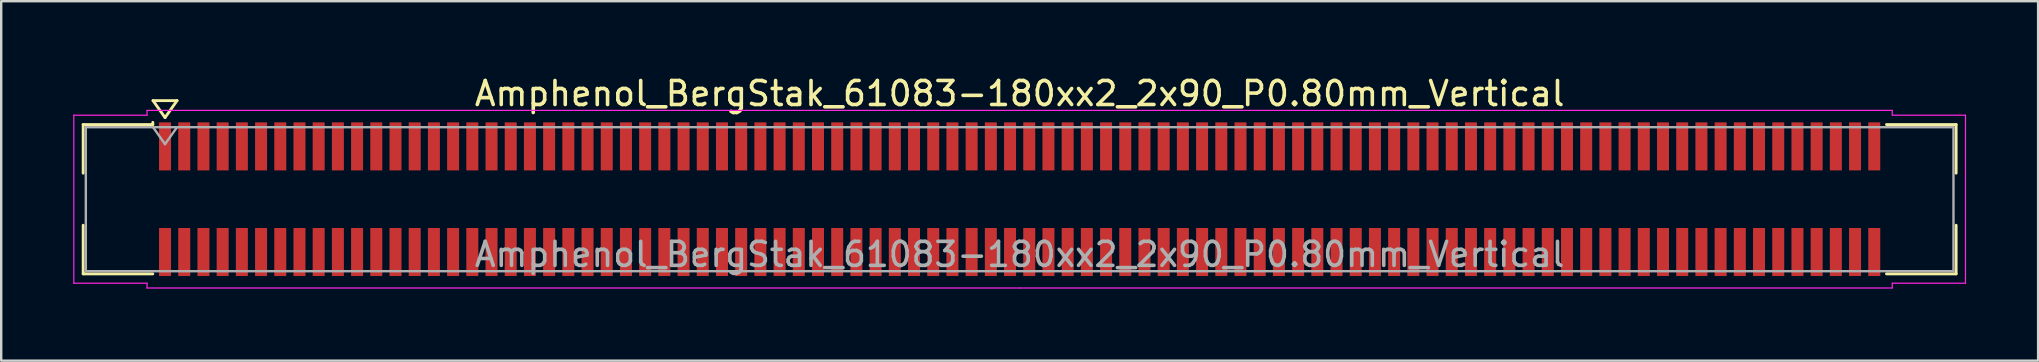
<source format=kicad_pcb>
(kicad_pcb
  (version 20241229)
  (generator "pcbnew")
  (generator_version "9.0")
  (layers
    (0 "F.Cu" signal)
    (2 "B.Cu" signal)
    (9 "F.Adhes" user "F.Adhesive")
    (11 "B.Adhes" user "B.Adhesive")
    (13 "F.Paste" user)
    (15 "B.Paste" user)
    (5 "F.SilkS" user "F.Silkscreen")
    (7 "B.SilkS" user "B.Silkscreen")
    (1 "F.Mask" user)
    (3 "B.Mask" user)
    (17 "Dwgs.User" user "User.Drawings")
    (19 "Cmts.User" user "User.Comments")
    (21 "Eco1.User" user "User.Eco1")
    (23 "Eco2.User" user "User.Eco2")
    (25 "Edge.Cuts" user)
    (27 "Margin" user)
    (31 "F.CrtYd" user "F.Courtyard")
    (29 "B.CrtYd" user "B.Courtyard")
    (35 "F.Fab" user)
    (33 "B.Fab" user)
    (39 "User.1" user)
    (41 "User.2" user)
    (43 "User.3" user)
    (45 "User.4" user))
  (footprint "Amphenol_BergStak_61083-180xx2_2x90_P0.80mm_Vertical"
    (layer "F.Cu")
    (at 39.425 5.248)
    (property "Reference" "Amphenol_BergStak_61083-180xx2_2x90_P0.80mm_Vertical" (at 0 -4.4 0) (layer "F.SilkS") (effects (font (size 1 1) (thickness 0.15))))
    (attr smd)
    (fp_line (start -39.01 -3.11) (end -36.11 -3.11) (stroke (width 0.12) (type solid)) (layer "F.SilkS"))
    (fp_line (start -39.01 -1.085) (end -39.01 -3.11) (stroke (width 0.12) (type solid)) (layer "F.SilkS"))
    (fp_line (start -39.01 1.085) (end -39.01 3.11) (stroke (width 0.12) (type solid)) (layer "F.SilkS"))
    (fp_line (start -39.01 3.11) (end -36.11 3.11) (stroke (width 0.12) (type solid)) (layer "F.SilkS"))
    (fp_line (start -36.11 -3.11) (end -36.11 -3.2) (stroke (width 0.12) (type solid)) (layer "F.SilkS"))
    (fp_line (start -36.1 -4.107) (end -35.6 -3.4) (stroke (width 0.12) (type solid)) (layer "F.SilkS"))
    (fp_line (start -35.6 -3.4) (end -35.1 -4.107) (stroke (width 0.12) (type solid)) (layer "F.SilkS"))
    (fp_line (start -35.1 -4.107) (end -36.1 -4.107) (stroke (width 0.12) (type solid)) (layer "F.SilkS"))
    (fp_line (start 39.01 -3.11) (end 36.11 -3.11) (stroke (width 0.12) (type solid)) (layer "F.SilkS"))
    (fp_line (start 39.01 -1.085) (end 39.01 -3.11) (stroke (width 0.12) (type solid)) (layer "F.SilkS"))
    (fp_line (start 39.01 1.085) (end 39.01 3.11) (stroke (width 0.12) (type solid)) (layer "F.SilkS"))
    (fp_line (start 39.01 3.11) (end 36.11 3.11) (stroke (width 0.12) (type solid)) (layer "F.SilkS"))
    (fp_line (start -39.4 -3.5) (end -39.4 3.5) (stroke (width 0.05) (type solid)) (layer "F.CrtYd"))
    (fp_line (start -39.4 3.5) (end -36.35 3.5) (stroke (width 0.05) (type solid)) (layer "F.CrtYd"))
    (fp_line (start -36.35 -3.7) (end -36.35 -3.5) (stroke (width 0.05) (type solid)) (layer "F.CrtYd"))
    (fp_line (start -36.35 -3.5) (end -39.4 -3.5) (stroke (width 0.05) (type solid)) (layer "F.CrtYd"))
    (fp_line (start -36.35 3.5) (end -36.35 3.7) (stroke (width 0.05) (type solid)) (layer "F.CrtYd"))
    (fp_line (start -36.35 3.7) (end 0 3.7) (stroke (width 0.05) (type solid)) (layer "F.CrtYd"))
    (fp_line (start 0 -3.7) (end -36.35 -3.7) (stroke (width 0.05) (type solid)) (layer "F.CrtYd"))
    (fp_line (start 0 -3.7) (end 36.35 -3.7) (stroke (width 0.05) (type solid)) (layer "F.CrtYd"))
    (fp_line (start 36.35 -3.7) (end 36.35 -3.5) (stroke (width 0.05) (type solid)) (layer "F.CrtYd"))
    (fp_line (start 36.35 -3.5) (end 39.4 -3.5) (stroke (width 0.05) (type solid)) (layer "F.CrtYd"))
    (fp_line (start 36.35 3.5) (end 36.35 3.7) (stroke (width 0.05) (type solid)) (layer "F.CrtYd"))
    (fp_line (start 36.35 3.7) (end 0 3.7) (stroke (width 0.05) (type solid)) (layer "F.CrtYd"))
    (fp_line (start 39.4 -3.5) (end 39.4 3.5) (stroke (width 0.05) (type solid)) (layer "F.CrtYd"))
    (fp_line (start 39.4 3.5) (end 36.35 3.5) (stroke (width 0.05) (type solid)) (layer "F.CrtYd"))
    (fp_line (start -38.9 -3) (end -38.9 3) (stroke (width 0.1) (type solid)) (layer "F.Fab"))
    (fp_line (start -38.9 3) (end 38.9 3) (stroke (width 0.1) (type solid)) (layer "F.Fab"))
    (fp_line (start -36.1 -3) (end -35.6 -2.293) (stroke (width 0.1) (type solid)) (layer "F.Fab"))
    (fp_line (start -35.6 -2.293) (end -35.1 -3) (stroke (width 0.1) (type solid)) (layer "F.Fab"))
    (fp_line (start 38.9 -3) (end -38.9 -3) (stroke (width 0.1) (type solid)) (layer "F.Fab"))
    (fp_line (start 38.9 3) (end 38.9 -3) (stroke (width 0.1) (type solid)) (layer "F.Fab"))
    (fp_text user "${REFERENCE}" (at 0 2.3 0) (layer "F.Fab") (effects (font (size 1 1) (thickness 0.15))))
    (pad "1" smd rect (at -35.6 -2.2) (size 0.5 2) (layers "F.Cu" "F.Mask" "F.Paste"))
    (pad "2" smd rect (at -35.6 2.2) (size 0.5 2) (layers "F.Cu" "F.Mask" "F.Paste"))
    (pad "3" smd rect (at -34.8 -2.2) (size 0.5 2) (layers "F.Cu" "F.Mask" "F.Paste"))
    (pad "4" smd rect (at -34.8 2.2) (size 0.5 2) (layers "F.Cu" "F.Mask" "F.Paste"))
    (pad "5" smd rect (at -34 -2.2) (size 0.5 2) (layers "F.Cu" "F.Mask" "F.Paste"))
    (pad "6" smd rect (at -34 2.2) (size 0.5 2) (layers "F.Cu" "F.Mask" "F.Paste"))
    (pad "7" smd rect (at -33.2 -2.2) (size 0.5 2) (layers "F.Cu" "F.Mask" "F.Paste"))
    (pad "8" smd rect (at -33.2 2.2) (size 0.5 2) (layers "F.Cu" "F.Mask" "F.Paste"))
    (pad "9" smd rect (at -32.4 -2.2) (size 0.5 2) (layers "F.Cu" "F.Mask" "F.Paste"))
    (pad "10" smd rect (at -32.4 2.2) (size 0.5 2) (layers "F.Cu" "F.Mask" "F.Paste"))
    (pad "11" smd rect (at -31.6 -2.2) (size 0.5 2) (layers "F.Cu" "F.Mask" "F.Paste"))
    (pad "12" smd rect (at -31.6 2.2) (size 0.5 2) (layers "F.Cu" "F.Mask" "F.Paste"))
    (pad "13" smd rect (at -30.8 -2.2) (size 0.5 2) (layers "F.Cu" "F.Mask" "F.Paste"))
    (pad "14" smd rect (at -30.8 2.2) (size 0.5 2) (layers "F.Cu" "F.Mask" "F.Paste"))
    (pad "15" smd rect (at -30 -2.2) (size 0.5 2) (layers "F.Cu" "F.Mask" "F.Paste"))
    (pad "16" smd rect (at -30 2.2) (size 0.5 2) (layers "F.Cu" "F.Mask" "F.Paste"))
    (pad "17" smd rect (at -29.2 -2.2) (size 0.5 2) (layers "F.Cu" "F.Mask" "F.Paste"))
    (pad "18" smd rect (at -29.2 2.2) (size 0.5 2) (layers "F.Cu" "F.Mask" "F.Paste"))
    (pad "19" smd rect (at -28.4 -2.2) (size 0.5 2) (layers "F.Cu" "F.Mask" "F.Paste"))
    (pad "20" smd rect (at -28.4 2.2) (size 0.5 2) (layers "F.Cu" "F.Mask" "F.Paste"))
    (pad "21" smd rect (at -27.6 -2.2) (size 0.5 2) (layers "F.Cu" "F.Mask" "F.Paste"))
    (pad "22" smd rect (at -27.6 2.2) (size 0.5 2) (layers "F.Cu" "F.Mask" "F.Paste"))
    (pad "23" smd rect (at -26.8 -2.2) (size 0.5 2) (layers "F.Cu" "F.Mask" "F.Paste"))
    (pad "24" smd rect (at -26.8 2.2) (size 0.5 2) (layers "F.Cu" "F.Mask" "F.Paste"))
    (pad "25" smd rect (at -26 -2.2) (size 0.5 2) (layers "F.Cu" "F.Mask" "F.Paste"))
    (pad "26" smd rect (at -26 2.2) (size 0.5 2) (layers "F.Cu" "F.Mask" "F.Paste"))
    (pad "27" smd rect (at -25.2 -2.2) (size 0.5 2) (layers "F.Cu" "F.Mask" "F.Paste"))
    (pad "28" smd rect (at -25.2 2.2) (size 0.5 2) (layers "F.Cu" "F.Mask" "F.Paste"))
    (pad "29" smd rect (at -24.4 -2.2) (size 0.5 2) (layers "F.Cu" "F.Mask" "F.Paste"))
    (pad "30" smd rect (at -24.4 2.2) (size 0.5 2) (layers "F.Cu" "F.Mask" "F.Paste"))
    (pad "31" smd rect (at -23.6 -2.2) (size 0.5 2) (layers "F.Cu" "F.Mask" "F.Paste"))
    (pad "32" smd rect (at -23.6 2.2) (size 0.5 2) (layers "F.Cu" "F.Mask" "F.Paste"))
    (pad "33" smd rect (at -22.8 -2.2) (size 0.5 2) (layers "F.Cu" "F.Mask" "F.Paste"))
    (pad "34" smd rect (at -22.8 2.2) (size 0.5 2) (layers "F.Cu" "F.Mask" "F.Paste"))
    (pad "35" smd rect (at -22 -2.2) (size 0.5 2) (layers "F.Cu" "F.Mask" "F.Paste"))
    (pad "36" smd rect (at -22 2.2) (size 0.5 2) (layers "F.Cu" "F.Mask" "F.Paste"))
    (pad "37" smd rect (at -21.2 -2.2) (size 0.5 2) (layers "F.Cu" "F.Mask" "F.Paste"))
    (pad "38" smd rect (at -21.2 2.2) (size 0.5 2) (layers "F.Cu" "F.Mask" "F.Paste"))
    (pad "39" smd rect (at -20.4 -2.2) (size 0.5 2) (layers "F.Cu" "F.Mask" "F.Paste"))
    (pad "40" smd rect (at -20.4 2.2) (size 0.5 2) (layers "F.Cu" "F.Mask" "F.Paste"))
    (pad "41" smd rect (at -19.6 -2.2) (size 0.5 2) (layers "F.Cu" "F.Mask" "F.Paste"))
    (pad "42" smd rect (at -19.6 2.2) (size 0.5 2) (layers "F.Cu" "F.Mask" "F.Paste"))
    (pad "43" smd rect (at -18.8 -2.2) (size 0.5 2) (layers "F.Cu" "F.Mask" "F.Paste"))
    (pad "44" smd rect (at -18.8 2.2) (size 0.5 2) (layers "F.Cu" "F.Mask" "F.Paste"))
    (pad "45" smd rect (at -18 -2.2) (size 0.5 2) (layers "F.Cu" "F.Mask" "F.Paste"))
    (pad "46" smd rect (at -18 2.2) (size 0.5 2) (layers "F.Cu" "F.Mask" "F.Paste"))
    (pad "47" smd rect (at -17.2 -2.2) (size 0.5 2) (layers "F.Cu" "F.Mask" "F.Paste"))
    (pad "48" smd rect (at -17.2 2.2) (size 0.5 2) (layers "F.Cu" "F.Mask" "F.Paste"))
    (pad "49" smd rect (at -16.4 -2.2) (size 0.5 2) (layers "F.Cu" "F.Mask" "F.Paste"))
    (pad "50" smd rect (at -16.4 2.2) (size 0.5 2) (layers "F.Cu" "F.Mask" "F.Paste"))
    (pad "51" smd rect (at -15.6 -2.2) (size 0.5 2) (layers "F.Cu" "F.Mask" "F.Paste"))
    (pad "52" smd rect (at -15.6 2.2) (size 0.5 2) (layers "F.Cu" "F.Mask" "F.Paste"))
    (pad "53" smd rect (at -14.8 -2.2) (size 0.5 2) (layers "F.Cu" "F.Mask" "F.Paste"))
    (pad "54" smd rect (at -14.8 2.2) (size 0.5 2) (layers "F.Cu" "F.Mask" "F.Paste"))
    (pad "55" smd rect (at -14 -2.2) (size 0.5 2) (layers "F.Cu" "F.Mask" "F.Paste"))
    (pad "56" smd rect (at -14 2.2) (size 0.5 2) (layers "F.Cu" "F.Mask" "F.Paste"))
    (pad "57" smd rect (at -13.2 -2.2) (size 0.5 2) (layers "F.Cu" "F.Mask" "F.Paste"))
    (pad "58" smd rect (at -13.2 2.2) (size 0.5 2) (layers "F.Cu" "F.Mask" "F.Paste"))
    (pad "59" smd rect (at -12.4 -2.2) (size 0.5 2) (layers "F.Cu" "F.Mask" "F.Paste"))
    (pad "60" smd rect (at -12.4 2.2) (size 0.5 2) (layers "F.Cu" "F.Mask" "F.Paste"))
    (pad "61" smd rect (at -11.6 -2.2) (size 0.5 2) (layers "F.Cu" "F.Mask" "F.Paste"))
    (pad "62" smd rect (at -11.6 2.2) (size 0.5 2) (layers "F.Cu" "F.Mask" "F.Paste"))
    (pad "63" smd rect (at -10.8 -2.2) (size 0.5 2) (layers "F.Cu" "F.Mask" "F.Paste"))
    (pad "64" smd rect (at -10.8 2.2) (size 0.5 2) (layers "F.Cu" "F.Mask" "F.Paste"))
    (pad "65" smd rect (at -10 -2.2) (size 0.5 2) (layers "F.Cu" "F.Mask" "F.Paste"))
    (pad "66" smd rect (at -10 2.2) (size 0.5 2) (layers "F.Cu" "F.Mask" "F.Paste"))
    (pad "67" smd rect (at -9.2 -2.2) (size 0.5 2) (layers "F.Cu" "F.Mask" "F.Paste"))
    (pad "68" smd rect (at -9.2 2.2) (size 0.5 2) (layers "F.Cu" "F.Mask" "F.Paste"))
    (pad "69" smd rect (at -8.4 -2.2) (size 0.5 2) (layers "F.Cu" "F.Mask" "F.Paste"))
    (pad "70" smd rect (at -8.4 2.2) (size 0.5 2) (layers "F.Cu" "F.Mask" "F.Paste"))
    (pad "71" smd rect (at -7.6 -2.2) (size 0.5 2) (layers "F.Cu" "F.Mask" "F.Paste"))
    (pad "72" smd rect (at -7.6 2.2) (size 0.5 2) (layers "F.Cu" "F.Mask" "F.Paste"))
    (pad "73" smd rect (at -6.8 -2.2) (size 0.5 2) (layers "F.Cu" "F.Mask" "F.Paste"))
    (pad "74" smd rect (at -6.8 2.2) (size 0.5 2) (layers "F.Cu" "F.Mask" "F.Paste"))
    (pad "75" smd rect (at -6 -2.2) (size 0.5 2) (layers "F.Cu" "F.Mask" "F.Paste"))
    (pad "76" smd rect (at -6 2.2) (size 0.5 2) (layers "F.Cu" "F.Mask" "F.Paste"))
    (pad "77" smd rect (at -5.2 -2.2) (size 0.5 2) (layers "F.Cu" "F.Mask" "F.Paste"))
    (pad "78" smd rect (at -5.2 2.2) (size 0.5 2) (layers "F.Cu" "F.Mask" "F.Paste"))
    (pad "79" smd rect (at -4.4 -2.2) (size 0.5 2) (layers "F.Cu" "F.Mask" "F.Paste"))
    (pad "80" smd rect (at -4.4 2.2) (size 0.5 2) (layers "F.Cu" "F.Mask" "F.Paste"))
    (pad "81" smd rect (at -3.6 -2.2) (size 0.5 2) (layers "F.Cu" "F.Mask" "F.Paste"))
    (pad "82" smd rect (at -3.6 2.2) (size 0.5 2) (layers "F.Cu" "F.Mask" "F.Paste"))
    (pad "83" smd rect (at -2.8 -2.2) (size 0.5 2) (layers "F.Cu" "F.Mask" "F.Paste"))
    (pad "84" smd rect (at -2.8 2.2) (size 0.5 2) (layers "F.Cu" "F.Mask" "F.Paste"))
    (pad "85" smd rect (at -2 -2.2) (size 0.5 2) (layers "F.Cu" "F.Mask" "F.Paste"))
    (pad "86" smd rect (at -2 2.2) (size 0.5 2) (layers "F.Cu" "F.Mask" "F.Paste"))
    (pad "87" smd rect (at -1.2 -2.2) (size 0.5 2) (layers "F.Cu" "F.Mask" "F.Paste"))
    (pad "88" smd rect (at -1.2 2.2) (size 0.5 2) (layers "F.Cu" "F.Mask" "F.Paste"))
    (pad "89" smd rect (at -0.4 -2.2) (size 0.5 2) (layers "F.Cu" "F.Mask" "F.Paste"))
    (pad "90" smd rect (at -0.4 2.2) (size 0.5 2) (layers "F.Cu" "F.Mask" "F.Paste"))
    (pad "91" smd rect (at 0.4 -2.2) (size 0.5 2) (layers "F.Cu" "F.Mask" "F.Paste"))
    (pad "92" smd rect (at 0.4 2.2) (size 0.5 2) (layers "F.Cu" "F.Mask" "F.Paste"))
    (pad "93" smd rect (at 1.2 -2.2) (size 0.5 2) (layers "F.Cu" "F.Mask" "F.Paste"))
    (pad "94" smd rect (at 1.2 2.2) (size 0.5 2) (layers "F.Cu" "F.Mask" "F.Paste"))
    (pad "95" smd rect (at 2 -2.2) (size 0.5 2) (layers "F.Cu" "F.Mask" "F.Paste"))
    (pad "96" smd rect (at 2 2.2) (size 0.5 2) (layers "F.Cu" "F.Mask" "F.Paste"))
    (pad "97" smd rect (at 2.8 -2.2) (size 0.5 2) (layers "F.Cu" "F.Mask" "F.Paste"))
    (pad "98" smd rect (at 2.8 2.2) (size 0.5 2) (layers "F.Cu" "F.Mask" "F.Paste"))
    (pad "99" smd rect (at 3.6 -2.2) (size 0.5 2) (layers "F.Cu" "F.Mask" "F.Paste"))
    (pad "100" smd rect (at 3.6 2.2) (size 0.5 2) (layers "F.Cu" "F.Mask" "F.Paste"))
    (pad "101" smd rect (at 4.4 -2.2) (size 0.5 2) (layers "F.Cu" "F.Mask" "F.Paste"))
    (pad "102" smd rect (at 4.4 2.2) (size 0.5 2) (layers "F.Cu" "F.Mask" "F.Paste"))
    (pad "103" smd rect (at 5.2 -2.2) (size 0.5 2) (layers "F.Cu" "F.Mask" "F.Paste"))
    (pad "104" smd rect (at 5.2 2.2) (size 0.5 2) (layers "F.Cu" "F.Mask" "F.Paste"))
    (pad "105" smd rect (at 6 -2.2) (size 0.5 2) (layers "F.Cu" "F.Mask" "F.Paste"))
    (pad "106" smd rect (at 6 2.2) (size 0.5 2) (layers "F.Cu" "F.Mask" "F.Paste"))
    (pad "107" smd rect (at 6.8 -2.2) (size 0.5 2) (layers "F.Cu" "F.Mask" "F.Paste"))
    (pad "108" smd rect (at 6.8 2.2) (size 0.5 2) (layers "F.Cu" "F.Mask" "F.Paste"))
    (pad "109" smd rect (at 7.6 -2.2) (size 0.5 2) (layers "F.Cu" "F.Mask" "F.Paste"))
    (pad "110" smd rect (at 7.6 2.2) (size 0.5 2) (layers "F.Cu" "F.Mask" "F.Paste"))
    (pad "111" smd rect (at 8.4 -2.2) (size 0.5 2) (layers "F.Cu" "F.Mask" "F.Paste"))
    (pad "112" smd rect (at 8.4 2.2) (size 0.5 2) (layers "F.Cu" "F.Mask" "F.Paste"))
    (pad "113" smd rect (at 9.2 -2.2) (size 0.5 2) (layers "F.Cu" "F.Mask" "F.Paste"))
    (pad "114" smd rect (at 9.2 2.2) (size 0.5 2) (layers "F.Cu" "F.Mask" "F.Paste"))
    (pad "115" smd rect (at 10 -2.2) (size 0.5 2) (layers "F.Cu" "F.Mask" "F.Paste"))
    (pad "116" smd rect (at 10 2.2) (size 0.5 2) (layers "F.Cu" "F.Mask" "F.Paste"))
    (pad "117" smd rect (at 10.8 -2.2) (size 0.5 2) (layers "F.Cu" "F.Mask" "F.Paste"))
    (pad "118" smd rect (at 10.8 2.2) (size 0.5 2) (layers "F.Cu" "F.Mask" "F.Paste"))
    (pad "119" smd rect (at 11.6 -2.2) (size 0.5 2) (layers "F.Cu" "F.Mask" "F.Paste"))
    (pad "120" smd rect (at 11.6 2.2) (size 0.5 2) (layers "F.Cu" "F.Mask" "F.Paste"))
    (pad "121" smd rect (at 12.4 -2.2) (size 0.5 2) (layers "F.Cu" "F.Mask" "F.Paste"))
    (pad "122" smd rect (at 12.4 2.2) (size 0.5 2) (layers "F.Cu" "F.Mask" "F.Paste"))
    (pad "123" smd rect (at 13.2 -2.2) (size 0.5 2) (layers "F.Cu" "F.Mask" "F.Paste"))
    (pad "124" smd rect (at 13.2 2.2) (size 0.5 2) (layers "F.Cu" "F.Mask" "F.Paste"))
    (pad "125" smd rect (at 14 -2.2) (size 0.5 2) (layers "F.Cu" "F.Mask" "F.Paste"))
    (pad "126" smd rect (at 14 2.2) (size 0.5 2) (layers "F.Cu" "F.Mask" "F.Paste"))
    (pad "127" smd rect (at 14.8 -2.2) (size 0.5 2) (layers "F.Cu" "F.Mask" "F.Paste"))
    (pad "128" smd rect (at 14.8 2.2) (size 0.5 2) (layers "F.Cu" "F.Mask" "F.Paste"))
    (pad "129" smd rect (at 15.6 -2.2) (size 0.5 2) (layers "F.Cu" "F.Mask" "F.Paste"))
    (pad "130" smd rect (at 15.6 2.2) (size 0.5 2) (layers "F.Cu" "F.Mask" "F.Paste"))
    (pad "131" smd rect (at 16.4 -2.2) (size 0.5 2) (layers "F.Cu" "F.Mask" "F.Paste"))
    (pad "132" smd rect (at 16.4 2.2) (size 0.5 2) (layers "F.Cu" "F.Mask" "F.Paste"))
    (pad "133" smd rect (at 17.2 -2.2) (size 0.5 2) (layers "F.Cu" "F.Mask" "F.Paste"))
    (pad "134" smd rect (at 17.2 2.2) (size 0.5 2) (layers "F.Cu" "F.Mask" "F.Paste"))
    (pad "135" smd rect (at 18 -2.2) (size 0.5 2) (layers "F.Cu" "F.Mask" "F.Paste"))
    (pad "136" smd rect (at 18 2.2) (size 0.5 2) (layers "F.Cu" "F.Mask" "F.Paste"))
    (pad "137" smd rect (at 18.8 -2.2) (size 0.5 2) (layers "F.Cu" "F.Mask" "F.Paste"))
    (pad "138" smd rect (at 18.8 2.2) (size 0.5 2) (layers "F.Cu" "F.Mask" "F.Paste"))
    (pad "139" smd rect (at 19.6 -2.2) (size 0.5 2) (layers "F.Cu" "F.Mask" "F.Paste"))
    (pad "140" smd rect (at 19.6 2.2) (size 0.5 2) (layers "F.Cu" "F.Mask" "F.Paste"))
    (pad "141" smd rect (at 20.4 -2.2) (size 0.5 2) (layers "F.Cu" "F.Mask" "F.Paste"))
    (pad "142" smd rect (at 20.4 2.2) (size 0.5 2) (layers "F.Cu" "F.Mask" "F.Paste"))
    (pad "143" smd rect (at 21.2 -2.2) (size 0.5 2) (layers "F.Cu" "F.Mask" "F.Paste"))
    (pad "144" smd rect (at 21.2 2.2) (size 0.5 2) (layers "F.Cu" "F.Mask" "F.Paste"))
    (pad "145" smd rect (at 22 -2.2) (size 0.5 2) (layers "F.Cu" "F.Mask" "F.Paste"))
    (pad "146" smd rect (at 22 2.2) (size 0.5 2) (layers "F.Cu" "F.Mask" "F.Paste"))
    (pad "147" smd rect (at 22.8 -2.2) (size 0.5 2) (layers "F.Cu" "F.Mask" "F.Paste"))
    (pad "148" smd rect (at 22.8 2.2) (size 0.5 2) (layers "F.Cu" "F.Mask" "F.Paste"))
    (pad "149" smd rect (at 23.6 -2.2) (size 0.5 2) (layers "F.Cu" "F.Mask" "F.Paste"))
    (pad "150" smd rect (at 23.6 2.2) (size 0.5 2) (layers "F.Cu" "F.Mask" "F.Paste"))
    (pad "151" smd rect (at 24.4 -2.2) (size 0.5 2) (layers "F.Cu" "F.Mask" "F.Paste"))
    (pad "152" smd rect (at 24.4 2.2) (size 0.5 2) (layers "F.Cu" "F.Mask" "F.Paste"))
    (pad "153" smd rect (at 25.2 -2.2) (size 0.5 2) (layers "F.Cu" "F.Mask" "F.Paste"))
    (pad "154" smd rect (at 25.2 2.2) (size 0.5 2) (layers "F.Cu" "F.Mask" "F.Paste"))
    (pad "155" smd rect (at 26 -2.2) (size 0.5 2) (layers "F.Cu" "F.Mask" "F.Paste"))
    (pad "156" smd rect (at 26 2.2) (size 0.5 2) (layers "F.Cu" "F.Mask" "F.Paste"))
    (pad "157" smd rect (at 26.8 -2.2) (size 0.5 2) (layers "F.Cu" "F.Mask" "F.Paste"))
    (pad "158" smd rect (at 26.8 2.2) (size 0.5 2) (layers "F.Cu" "F.Mask" "F.Paste"))
    (pad "159" smd rect (at 27.6 -2.2) (size 0.5 2) (layers "F.Cu" "F.Mask" "F.Paste"))
    (pad "160" smd rect (at 27.6 2.2) (size 0.5 2) (layers "F.Cu" "F.Mask" "F.Paste"))
    (pad "161" smd rect (at 28.4 -2.2) (size 0.5 2) (layers "F.Cu" "F.Mask" "F.Paste"))
    (pad "162" smd rect (at 28.4 2.2) (size 0.5 2) (layers "F.Cu" "F.Mask" "F.Paste"))
    (pad "163" smd rect (at 29.2 -2.2) (size 0.5 2) (layers "F.Cu" "F.Mask" "F.Paste"))
    (pad "164" smd rect (at 29.2 2.2) (size 0.5 2) (layers "F.Cu" "F.Mask" "F.Paste"))
    (pad "165" smd rect (at 30 -2.2) (size 0.5 2) (layers "F.Cu" "F.Mask" "F.Paste"))
    (pad "166" smd rect (at 30 2.2) (size 0.5 2) (layers "F.Cu" "F.Mask" "F.Paste"))
    (pad "167" smd rect (at 30.8 -2.2) (size 0.5 2) (layers "F.Cu" "F.Mask" "F.Paste"))
    (pad "168" smd rect (at 30.8 2.2) (size 0.5 2) (layers "F.Cu" "F.Mask" "F.Paste"))
    (pad "169" smd rect (at 31.6 -2.2) (size 0.5 2) (layers "F.Cu" "F.Mask" "F.Paste"))
    (pad "170" smd rect (at 31.6 2.2) (size 0.5 2) (layers "F.Cu" "F.Mask" "F.Paste"))
    (pad "171" smd rect (at 32.4 -2.2) (size 0.5 2) (layers "F.Cu" "F.Mask" "F.Paste"))
    (pad "172" smd rect (at 32.4 2.2) (size 0.5 2) (layers "F.Cu" "F.Mask" "F.Paste"))
    (pad "173" smd rect (at 33.2 -2.2) (size 0.5 2) (layers "F.Cu" "F.Mask" "F.Paste"))
    (pad "174" smd rect (at 33.2 2.2) (size 0.5 2) (layers "F.Cu" "F.Mask" "F.Paste"))
    (pad "175" smd rect (at 34 -2.2) (size 0.5 2) (layers "F.Cu" "F.Mask" "F.Paste"))
    (pad "176" smd rect (at 34 2.2) (size 0.5 2) (layers "F.Cu" "F.Mask" "F.Paste"))
    (pad "177" smd rect (at 34.8 -2.2) (size 0.5 2) (layers "F.Cu" "F.Mask" "F.Paste"))
    (pad "178" smd rect (at 34.8 2.2) (size 0.5 2) (layers "F.Cu" "F.Mask" "F.Paste"))
    (pad "179" smd rect (at 35.6 -2.2) (size 0.5 2) (layers "F.Cu" "F.Mask" "F.Paste"))
    (pad "180" smd rect (at 35.6 2.2) (size 0.5 2) (layers "F.Cu" "F.Mask" "F.Paste")))
  (gr_rect
    (start -3 -3)
    (end 81.85 11.973)
    (stroke (width 0.1) (type default))
    (fill no)
    (layer "Edge.Cuts")))
</source>
